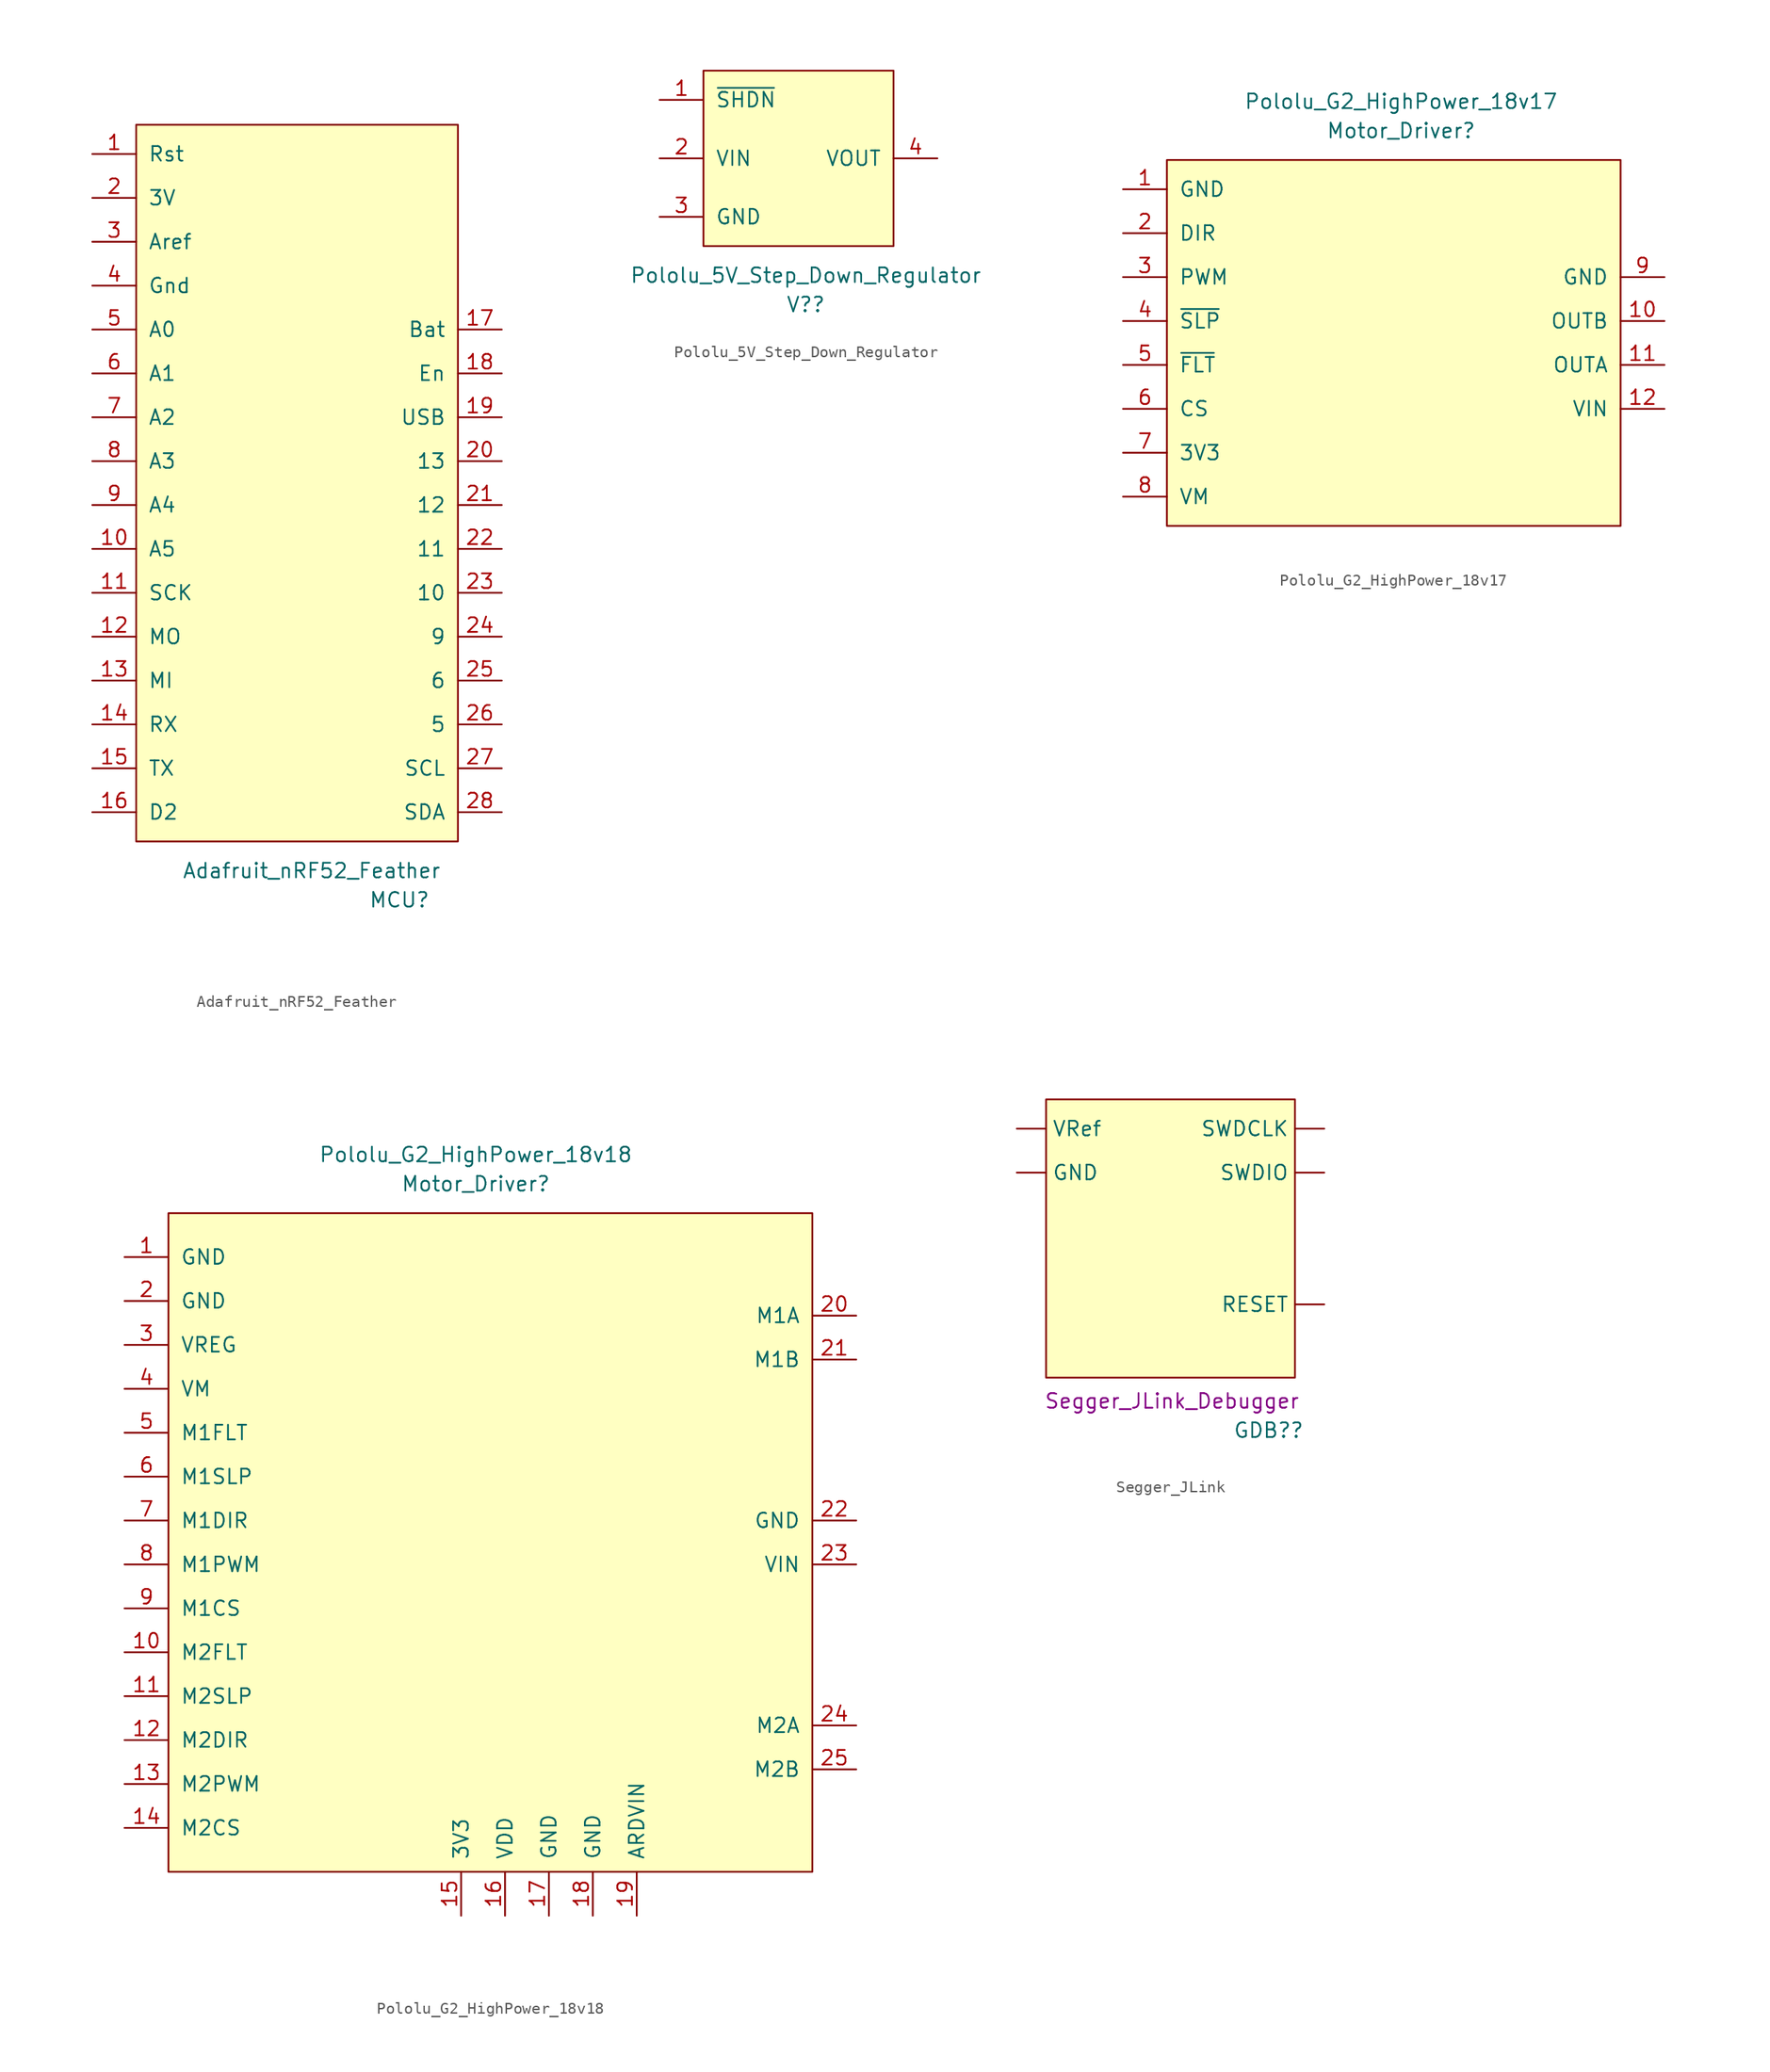
<source format=kicad_sym>
(kicad_symbol_lib
  (version 20231120)
  (generator "kicad_symbol_editor")
  (generator_version "8.0")
  (symbol "Adafruit_nRF52_Feather"
    (pin_names
      (offset 1.016))
    (property "Reference" "MCU"
      (at 8.89 -35.56 0)
      (effects (font (size 1.27 1.27))))
    (property "Value" "Adafruit_nRF52_Feather"
      (at 1.27 -33.02 0)
      (effects (font (size 1.27 1.27))))
    (symbol "Adafruit_nRF52_Feather_0_1"
      (rectangle (start 13.97 -30.48) (end -13.97 31.75) (stroke (width 0) (type default)) (fill (type background))))
    (symbol "Adafruit_nRF52_Feather_1_1"
      (pin input line (at -17.78 29.21 0) (length 3.81) (name "Rst" (effects (font (size 1.27 1.27)))) (number "1" (effects (font (size 1.27 1.27)))))
      (pin bidirectional line (at -17.78 -5.08 0) (length 3.81) (name "A5" (effects (font (size 1.27 1.27)))) (number "10" (effects (font (size 1.27 1.27)))))
      (pin bidirectional line (at -17.78 -8.89 0) (length 3.81) (name "SCK" (effects (font (size 1.27 1.27)))) (number "11" (effects (font (size 1.27 1.27)))))
      (pin bidirectional line (at -17.78 -12.7 0) (length 3.81) (name "MO" (effects (font (size 1.27 1.27)))) (number "12" (effects (font (size 1.27 1.27)))))
      (pin bidirectional line (at -17.78 -16.51 0) (length 3.81) (name "MI" (effects (font (size 1.27 1.27)))) (number "13" (effects (font (size 1.27 1.27)))))
      (pin input line (at -17.78 -20.32 0) (length 3.81) (name "RX" (effects (font (size 1.27 1.27)))) (number "14" (effects (font (size 1.27 1.27)))))
      (pin output line (at -17.78 -24.13 0) (length 3.81) (name "TX" (effects (font (size 1.27 1.27)))) (number "15" (effects (font (size 1.27 1.27)))))
      (pin input line (at -17.78 -27.94 0) (length 3.81) (name "D2" (effects (font (size 1.27 1.27)))) (number "16" (effects (font (size 1.27 1.27)))))
      (pin power_out line (at 17.78 13.97 180) (length 3.81) (name "Bat" (effects (font (size 1.27 1.27)))) (number "17" (effects (font (size 1.27 1.27)))))
      (pin input line (at 17.78 10.16 180) (length 3.81) (name "En" (effects (font (size 1.27 1.27)))) (number "18" (effects (font (size 1.27 1.27)))))
      (pin power_in line (at 17.78 6.35 180) (length 3.81) (name "USB" (effects (font (size 1.27 1.27)))) (number "19" (effects (font (size 1.27 1.27)))))
      (pin power_out line (at -17.78 25.4 0) (length 3.81) (name "3V" (effects (font (size 1.27 1.27)))) (number "2" (effects (font (size 1.27 1.27)))))
      (pin bidirectional line (at 17.78 2.54 180) (length 3.81) (name "13" (effects (font (size 1.27 1.27)))) (number "20" (effects (font (size 1.27 1.27)))))
      (pin bidirectional line (at 17.78 -1.27 180) (length 3.81) (name "12" (effects (font (size 1.27 1.27)))) (number "21" (effects (font (size 1.27 1.27)))))
      (pin bidirectional line (at 17.78 -5.08 180) (length 3.81) (name "11" (effects (font (size 1.27 1.27)))) (number "22" (effects (font (size 1.27 1.27)))))
      (pin bidirectional line (at 17.78 -8.89 180) (length 3.81) (name "10" (effects (font (size 1.27 1.27)))) (number "23" (effects (font (size 1.27 1.27)))))
      (pin bidirectional line (at 17.78 -12.7 180) (length 3.81) (name "9" (effects (font (size 1.27 1.27)))) (number "24" (effects (font (size 1.27 1.27)))))
      (pin bidirectional line (at 17.78 -16.51 180) (length 3.81) (name "6" (effects (font (size 1.27 1.27)))) (number "25" (effects (font (size 1.27 1.27)))))
      (pin bidirectional line (at 17.78 -20.32 180) (length 3.81) (name "5" (effects (font (size 1.27 1.27)))) (number "26" (effects (font (size 1.27 1.27)))))
      (pin bidirectional line (at 17.78 -24.13 180) (length 3.81) (name "SCL" (effects (font (size 1.27 1.27)))) (number "27" (effects (font (size 1.27 1.27)))))
      (pin bidirectional line (at 17.78 -27.94 180) (length 3.81) (name "SDA" (effects (font (size 1.27 1.27)))) (number "28" (effects (font (size 1.27 1.27)))))
      (pin power_out line (at -17.78 21.59 0) (length 3.81) (name "Aref" (effects (font (size 1.27 1.27)))) (number "3" (effects (font (size 1.27 1.27)))))
      (pin power_in line (at -17.78 17.78 0) (length 3.81) (name "Gnd" (effects (font (size 1.27 1.27)))) (number "4" (effects (font (size 1.27 1.27)))))
      (pin bidirectional line (at -17.78 13.97 0) (length 3.81) (name "A0" (effects (font (size 1.27 1.27)))) (number "5" (effects (font (size 1.27 1.27)))))
      (pin bidirectional line (at -17.78 10.16 0) (length 3.81) (name "A1" (effects (font (size 1.27 1.27)))) (number "6" (effects (font (size 1.27 1.27)))))
      (pin bidirectional line (at -17.78 6.35 0) (length 3.81) (name "A2" (effects (font (size 1.27 1.27)))) (number "7" (effects (font (size 1.27 1.27)))))
      (pin bidirectional line (at -17.78 2.54 0) (length 3.81) (name "A3" (effects (font (size 1.27 1.27)))) (number "8" (effects (font (size 1.27 1.27)))))
      (pin bidirectional line (at -17.78 -1.27 0) (length 3.81) (name "A4" (effects (font (size 1.27 1.27)))) (number "9" (effects (font (size 1.27 1.27)))))))
  (symbol "Pololu_5V_Step_Down_Regulator"
    (pin_names
      (offset 1.016))
    (property "Reference" "V?"
      (at -3.81 1.27 0)
      (effects (font (size 1.27 1.27))))
    (property "Value" "Pololu_5V_Step_Down_Regulator"
      (at -3.81 3.81 0)
      (effects (font (size 1.27 1.27))))
    (symbol "Pololu_5V_Step_Down_Regulator_0_1"
      (rectangle (start -12.7 21.59) (end 3.81 6.35) (stroke (width 0) (type default)) (fill (type background))))
    (symbol "Pololu_5V_Step_Down_Regulator_1_1"
      (pin input line (at -16.51 19.05 0) (length 3.81) (name "~{SHDN}" (effects (font (size 1.27 1.27)))) (number "1" (effects (font (size 1.27 1.27)))))
      (pin power_in line (at -16.51 13.97 0) (length 3.81) (name "VIN" (effects (font (size 1.27 1.27)))) (number "2" (effects (font (size 1.27 1.27)))))
      (pin power_in line (at -16.51 8.89 0) (length 3.81) (name "GND" (effects (font (size 1.27 1.27)))) (number "3" (effects (font (size 1.27 1.27)))))
      (pin power_out line (at 7.62 13.97 180) (length 3.81) (name "VOUT" (effects (font (size 1.27 1.27)))) (number "4" (effects (font (size 1.27 1.27)))))))
  (symbol "Pololu_G2_HighPower_18v17"
    (pin_names
      (offset 1.016))
    (property "Reference" "Motor_Driver"
      (at 0 13.97 0)
      (effects (font (size 1.27 1.27))))
    (property "Value" "Pololu_G2_HighPower_18v17"
      (at 0 16.51 0)
      (effects (font (size 1.27 1.27))))
    (symbol "Pololu_G2_HighPower_18v17_0_1"
      (rectangle (start -20.32 11.43) (end 19.05 -20.32) (stroke (width 0) (type default)) (fill (type background))))
    (symbol "Pololu_G2_HighPower_18v17_1_1"
      (pin power_in line (at -24.13 8.89 0) (length 3.81) (name "GND" (effects (font (size 1.27 1.27)))) (number "1" (effects (font (size 1.27 1.27)))))
      (pin power_out line (at 22.86 -2.54 180) (length 3.81) (name "OUTB" (effects (font (size 1.27 1.27)))) (number "10" (effects (font (size 1.27 1.27)))))
      (pin power_out line (at 22.86 -6.35 180) (length 3.81) (name "OUTA" (effects (font (size 1.27 1.27)))) (number "11" (effects (font (size 1.27 1.27)))))
      (pin power_in line (at 22.86 -10.16 180) (length 3.81) (name "VIN" (effects (font (size 1.27 1.27)))) (number "12" (effects (font (size 1.27 1.27)))))
      (pin input line (at -24.13 5.08 0) (length 3.81) (name "DIR" (effects (font (size 1.27 1.27)))) (number "2" (effects (font (size 1.27 1.27)))))
      (pin input line (at -24.13 1.27 0) (length 3.81) (name "PWM" (effects (font (size 1.27 1.27)))) (number "3" (effects (font (size 1.27 1.27)))))
      (pin input line (at -24.13 -2.54 0) (length 3.81) (name "~{SLP}" (effects (font (size 1.27 1.27)))) (number "4" (effects (font (size 1.27 1.27)))))
      (pin output line (at -24.13 -6.35 0) (length 3.81) (name "~{FLT}" (effects (font (size 1.27 1.27)))) (number "5" (effects (font (size 1.27 1.27)))))
      (pin output line (at -24.13 -10.16 0) (length 3.81) (name "CS" (effects (font (size 1.27 1.27)))) (number "6" (effects (font (size 1.27 1.27)))))
      (pin power_out line (at -24.13 -13.97 0) (length 3.81) (name "3V3" (effects (font (size 1.27 1.27)))) (number "7" (effects (font (size 1.27 1.27)))))
      (pin power_out line (at -24.13 -17.78 0) (length 3.81) (name "VM" (effects (font (size 1.27 1.27)))) (number "8" (effects (font (size 1.27 1.27)))))
      (pin power_in line (at 22.86 1.27 180) (length 3.81) (name "GND" (effects (font (size 1.27 1.27)))) (number "9" (effects (font (size 1.27 1.27)))))))
  (symbol "Pololu_G2_HighPower_18v18"
    (pin_names
      (offset 1.016))
    (property "Reference" "Motor_Driver"
      (at -1.27 30.48 0)
      (effects (font (size 1.27 1.27))))
    (property "Value" "Pololu_G2_HighPower_18v18"
      (at -1.27 33.02 0)
      (effects (font (size 1.27 1.27))))
    (symbol "Pololu_G2_HighPower_18v18_0_1"
      (rectangle (start -27.94 27.94) (end 27.94 -29.21) (stroke (width 0) (type default)) (fill (type background))))
    (symbol "Pololu_G2_HighPower_18v18_1_1"
      (pin power_out line (at -31.75 24.13 0) (length 3.81) (name "GND" (effects (font (size 1.27 1.27)))) (number "1" (effects (font (size 1.27 1.27)))))
      (pin output line (at -31.75 -10.16 0) (length 3.81) (name "M2FLT" (effects (font (size 1.27 1.27)))) (number "10" (effects (font (size 1.27 1.27)))))
      (pin input line (at -31.75 -13.97 0) (length 3.81) (name "M2SLP" (effects (font (size 1.27 1.27)))) (number "11" (effects (font (size 1.27 1.27)))))
      (pin input line (at -31.75 -17.78 0) (length 3.81) (name "M2DIR" (effects (font (size 1.27 1.27)))) (number "12" (effects (font (size 1.27 1.27)))))
      (pin input line (at -31.75 -21.59 0) (length 3.81) (name "M2PWM" (effects (font (size 1.27 1.27)))) (number "13" (effects (font (size 1.27 1.27)))))
      (pin output line (at -31.75 -25.4 0) (length 3.81) (name "M2CS" (effects (font (size 1.27 1.27)))) (number "14" (effects (font (size 1.27 1.27)))))
      (pin power_out line (at -2.54 -33.02 90) (length 3.81) (name "3V3" (effects (font (size 1.27 1.27)))) (number "15" (effects (font (size 1.27 1.27)))))
      (pin power_out line (at 1.27 -33.02 90) (length 3.81) (name "VDD" (effects (font (size 1.27 1.27)))) (number "16" (effects (font (size 1.27 1.27)))))
      (pin power_out line (at 5.08 -33.02 90) (length 3.81) (name "GND" (effects (font (size 1.27 1.27)))) (number "17" (effects (font (size 1.27 1.27)))))
      (pin power_out line (at 8.89 -33.02 90) (length 3.81) (name "GND" (effects (font (size 1.27 1.27)))) (number "18" (effects (font (size 1.27 1.27)))))
      (pin power_out line (at 12.7 -33.02 90) (length 3.81) (name "ARDVIN" (effects (font (size 1.27 1.27)))) (number "19" (effects (font (size 1.27 1.27)))))
      (pin power_out line (at -31.75 20.32 0) (length 3.81) (name "GND" (effects (font (size 1.27 1.27)))) (number "2" (effects (font (size 1.27 1.27)))))
      (pin power_out line (at 31.75 19.05 180) (length 3.81) (name "M1A" (effects (font (size 1.27 1.27)))) (number "20" (effects (font (size 1.27 1.27)))))
      (pin power_out line (at 31.75 15.24 180) (length 3.81) (name "M1B" (effects (font (size 1.27 1.27)))) (number "21" (effects (font (size 1.27 1.27)))))
      (pin power_in line (at 31.75 1.27 180) (length 3.81) (name "GND" (effects (font (size 1.27 1.27)))) (number "22" (effects (font (size 1.27 1.27)))))
      (pin power_in line (at 31.75 -2.54 180) (length 3.81) (name "VIN" (effects (font (size 1.27 1.27)))) (number "23" (effects (font (size 1.27 1.27)))))
      (pin power_out line (at 31.75 -16.51 180) (length 3.81) (name "M2A" (effects (font (size 1.27 1.27)))) (number "24" (effects (font (size 1.27 1.27)))))
      (pin power_out line (at 31.75 -20.32 180) (length 3.81) (name "M2B" (effects (font (size 1.27 1.27)))) (number "25" (effects (font (size 1.27 1.27)))))
      (pin power_out line (at -31.75 16.51 0) (length 3.81) (name "VREG" (effects (font (size 1.27 1.27)))) (number "3" (effects (font (size 1.27 1.27)))))
      (pin power_out line (at -31.75 12.7 0) (length 3.81) (name "VM" (effects (font (size 1.27 1.27)))) (number "4" (effects (font (size 1.27 1.27)))))
      (pin output line (at -31.75 8.89 0) (length 3.81) (name "M1FLT" (effects (font (size 1.27 1.27)))) (number "5" (effects (font (size 1.27 1.27)))))
      (pin input line (at -31.75 5.08 0) (length 3.81) (name "M1SLP" (effects (font (size 1.27 1.27)))) (number "6" (effects (font (size 1.27 1.27)))))
      (pin input line (at -31.75 1.27 0) (length 3.81) (name "M1DIR" (effects (font (size 1.27 1.27)))) (number "7" (effects (font (size 1.27 1.27)))))
      (pin input line (at -31.75 -2.54 0) (length 3.81) (name "M1PWM" (effects (font (size 1.27 1.27)))) (number "8" (effects (font (size 1.27 1.27)))))
      (pin output line (at -31.75 -6.35 0) (length 3.81) (name "M1CS" (effects (font (size 1.27 1.27)))) (number "9" (effects (font (size 1.27 1.27)))))))
  (symbol "Segger_JLink"
    (property "Reference" "GDB?"
      (at 7.874 -17.272 0)
      (effects (font (size 1.27 1.27))))
    (property "Value" ""
      (at -6.35 3.81 0)
      (effects (font (size 1.27 1.27))))
    (property "Description" "Segger_JLink_Debugger"
      (at -0.508 -14.732 0)
      (effects (font (size 1.27 1.27))))
    (symbol "Segger_JLink_0_1"
      (rectangle (start -11.43 11.43) (end 10.16 -12.7) (stroke (width 0) (type default)) (fill (type background))))
    (symbol "Segger_JLink_1_1"
      (pin input line (at -13.97 5.08 0) (length 2.54) (name "GND" (effects (font (size 1.27 1.27)))) (number "" (effects (font (size 1.27 1.27)))))
      (pin unspecified line (at 12.7 -10.16 180) (length 2.54) hide (name "P17" (effects (font (size 1.27 1.27)))) (number "" (effects (font (size 1.27 1.27)))))
      (pin output line (at 12.7 -6.35 180) (length 2.54) (name "RESET" (effects (font (size 1.27 1.27)))) (number "" (effects (font (size 1.27 1.27)))))
      (pin input line (at 12.7 8.89 180) (length 2.54) (name "SWDCLK" (effects (font (size 1.27 1.27)))) (number "" (effects (font (size 1.27 1.27)))))
      (pin input line (at 12.7 5.08 180) (length 2.54) (name "SWDIO" (effects (font (size 1.27 1.27)))) (number "" (effects (font (size 1.27 1.27)))))
      (pin input line (at 12.7 1.27 180) (length 2.54) hide (name "SWO" (effects (font (size 1.27 1.27)))) (number "" (effects (font (size 1.27 1.27)))))
      (pin input line (at 12.7 -2.54 180) (length 2.54) hide (name "TDI" (effects (font (size 1.27 1.27)))) (number "" (effects (font (size 1.27 1.27)))))
      (pin input line (at -13.97 8.89 0) (length 2.54) (name "VRef" (effects (font (size 1.27 1.27)))) (number "" (effects (font (size 1.27 1.27)))))
      (pin power_in line (at -13.97 1.27 0) (length 2.54) hide (name "VSupply" (effects (font (size 1.27 1.27)))) (number "" (effects (font (size 1.27 1.27))))))))
</source>
